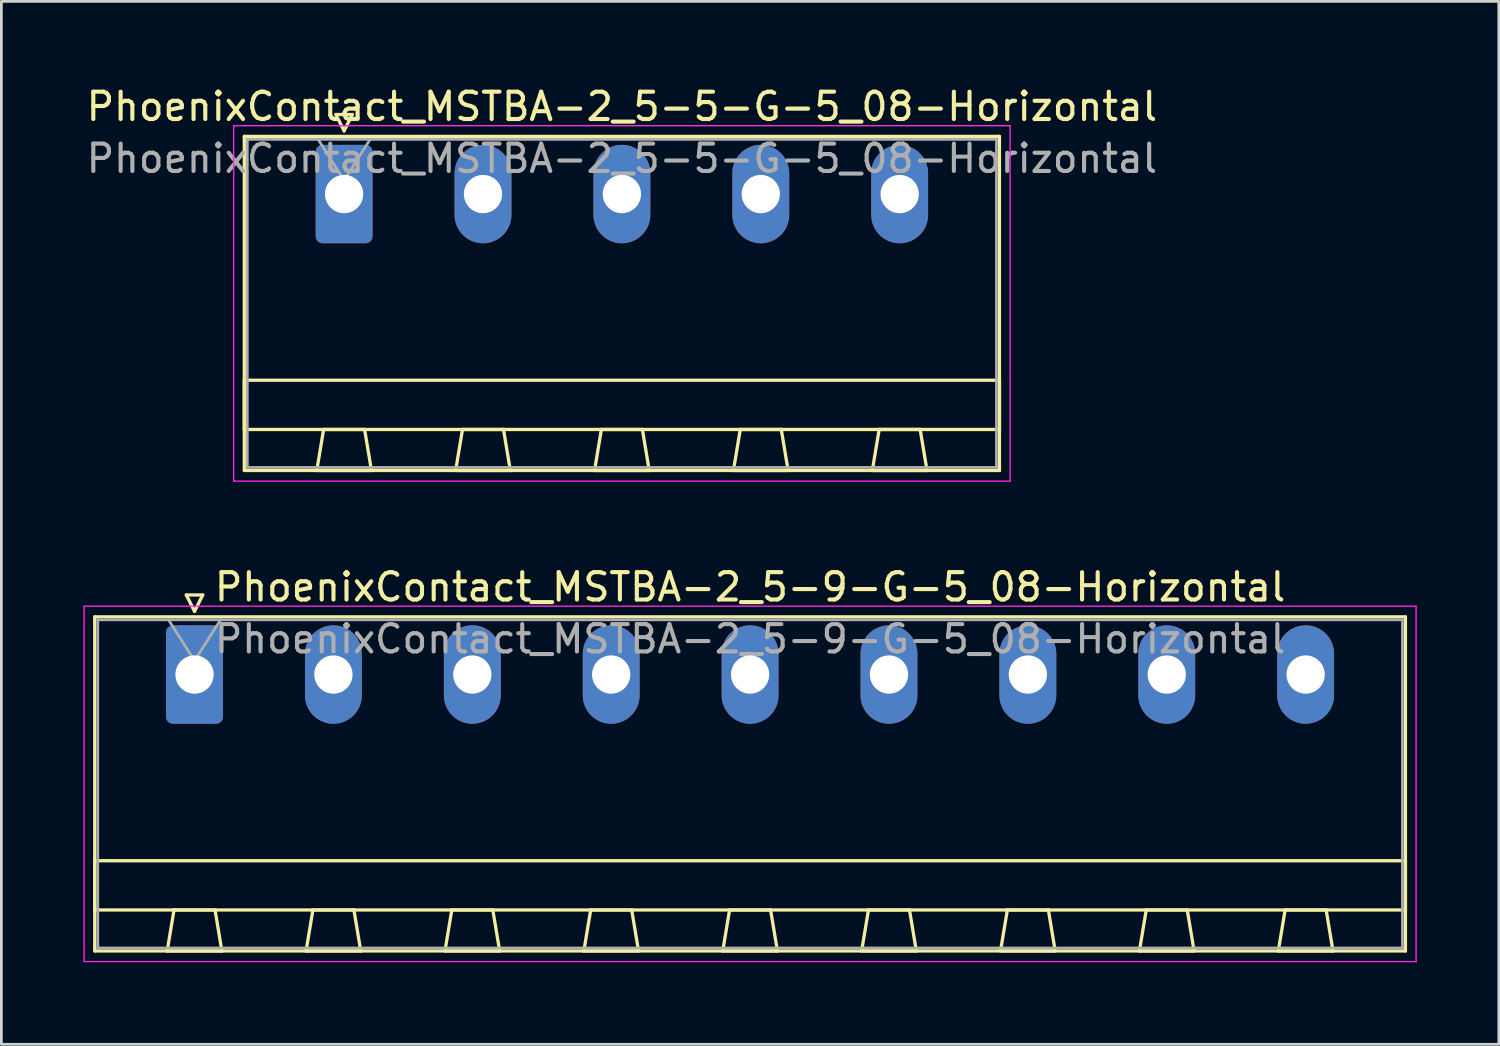
<source format=kicad_pcb>
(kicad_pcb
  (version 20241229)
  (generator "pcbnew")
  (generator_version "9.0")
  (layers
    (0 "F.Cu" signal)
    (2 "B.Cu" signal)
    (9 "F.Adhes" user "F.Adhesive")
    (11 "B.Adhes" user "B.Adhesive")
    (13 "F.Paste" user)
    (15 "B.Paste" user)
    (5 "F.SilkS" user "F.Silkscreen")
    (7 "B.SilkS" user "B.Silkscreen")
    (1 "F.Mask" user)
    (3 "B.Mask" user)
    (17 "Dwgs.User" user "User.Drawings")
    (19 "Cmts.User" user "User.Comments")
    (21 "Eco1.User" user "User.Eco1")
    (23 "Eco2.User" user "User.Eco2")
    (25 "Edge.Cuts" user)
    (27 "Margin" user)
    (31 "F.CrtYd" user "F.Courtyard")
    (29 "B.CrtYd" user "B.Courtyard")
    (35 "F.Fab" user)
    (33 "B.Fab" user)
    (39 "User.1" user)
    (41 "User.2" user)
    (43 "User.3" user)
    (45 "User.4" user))
  (footprint "PhoenixContact_MSTBA-2_5-5-G-5_08-Horizontal"
    (layer "F.Cu")
    (at 9.536 4.048)
    (property "Reference" "PhoenixContact_MSTBA-2_5-5-G-5_08-Horizontal" (at 10.16 -3.2 0) (layer "F.SilkS") (effects (font (size 1 1) (thickness 0.15))))
    (attr through_hole)
    (fp_line (start -3.65 -2.11) (end -3.65 10.11) (stroke (width 0.12) (type solid)) (layer "F.SilkS"))
    (fp_line (start -3.65 6.81) (end 23.97 6.81) (stroke (width 0.12) (type solid)) (layer "F.SilkS"))
    (fp_line (start -3.65 8.61) (end -3.65 6.81) (stroke (width 0.12) (type solid)) (layer "F.SilkS"))
    (fp_line (start -3.65 10.11) (end 23.97 10.11) (stroke (width 0.12) (type solid)) (layer "F.SilkS"))
    (fp_line (start -1 10.11) (end 1 10.11) (stroke (width 0.12) (type solid)) (layer "F.SilkS"))
    (fp_line (start -0.75 8.61) (end -1 10.11) (stroke (width 0.12) (type solid)) (layer "F.SilkS"))
    (fp_line (start -0.3 -2.91) (end 0.3 -2.91) (stroke (width 0.12) (type solid)) (layer "F.SilkS"))
    (fp_line (start 0 -2.31) (end -0.3 -2.91) (stroke (width 0.12) (type solid)) (layer "F.SilkS"))
    (fp_line (start 0.3 -2.91) (end 0 -2.31) (stroke (width 0.12) (type solid)) (layer "F.SilkS"))
    (fp_line (start 0.75 8.61) (end -0.75 8.61) (stroke (width 0.12) (type solid)) (layer "F.SilkS"))
    (fp_line (start 1 10.11) (end 0.75 8.61) (stroke (width 0.12) (type solid)) (layer "F.SilkS"))
    (fp_line (start 4.08 10.11) (end 6.08 10.11) (stroke (width 0.12) (type solid)) (layer "F.SilkS"))
    (fp_line (start 4.33 8.61) (end 4.08 10.11) (stroke (width 0.12) (type solid)) (layer "F.SilkS"))
    (fp_line (start 5.83 8.61) (end 4.33 8.61) (stroke (width 0.12) (type solid)) (layer "F.SilkS"))
    (fp_line (start 6.08 10.11) (end 5.83 8.61) (stroke (width 0.12) (type solid)) (layer "F.SilkS"))
    (fp_line (start 9.16 10.11) (end 11.16 10.11) (stroke (width 0.12) (type solid)) (layer "F.SilkS"))
    (fp_line (start 9.41 8.61) (end 9.16 10.11) (stroke (width 0.12) (type solid)) (layer "F.SilkS"))
    (fp_line (start 10.91 8.61) (end 9.41 8.61) (stroke (width 0.12) (type solid)) (layer "F.SilkS"))
    (fp_line (start 11.16 10.11) (end 10.91 8.61) (stroke (width 0.12) (type solid)) (layer "F.SilkS"))
    (fp_line (start 14.24 10.11) (end 16.24 10.11) (stroke (width 0.12) (type solid)) (layer "F.SilkS"))
    (fp_line (start 14.49 8.61) (end 14.24 10.11) (stroke (width 0.12) (type solid)) (layer "F.SilkS"))
    (fp_line (start 15.99 8.61) (end 14.49 8.61) (stroke (width 0.12) (type solid)) (layer "F.SilkS"))
    (fp_line (start 16.24 10.11) (end 15.99 8.61) (stroke (width 0.12) (type solid)) (layer "F.SilkS"))
    (fp_line (start 19.32 10.11) (end 21.32 10.11) (stroke (width 0.12) (type solid)) (layer "F.SilkS"))
    (fp_line (start 19.57 8.61) (end 19.32 10.11) (stroke (width 0.12) (type solid)) (layer "F.SilkS"))
    (fp_line (start 21.07 8.61) (end 19.57 8.61) (stroke (width 0.12) (type solid)) (layer "F.SilkS"))
    (fp_line (start 21.32 10.11) (end 21.07 8.61) (stroke (width 0.12) (type solid)) (layer "F.SilkS"))
    (fp_line (start 23.97 -2.11) (end -3.65 -2.11) (stroke (width 0.12) (type solid)) (layer "F.SilkS"))
    (fp_line (start 23.97 6.81) (end 23.97 8.61) (stroke (width 0.12) (type solid)) (layer "F.SilkS"))
    (fp_line (start 23.97 8.61) (end -3.65 8.61) (stroke (width 0.12) (type solid)) (layer "F.SilkS"))
    (fp_line (start 23.97 10.11) (end 23.97 -2.11) (stroke (width 0.12) (type solid)) (layer "F.SilkS"))
    (fp_line (start -4.04 -2.5) (end -4.04 10.5) (stroke (width 0.05) (type solid)) (layer "F.CrtYd"))
    (fp_line (start -4.04 10.5) (end 24.36 10.5) (stroke (width 0.05) (type solid)) (layer "F.CrtYd"))
    (fp_line (start 24.36 -2.5) (end -4.04 -2.5) (stroke (width 0.05) (type solid)) (layer "F.CrtYd"))
    (fp_line (start 24.36 10.5) (end 24.36 -2.5) (stroke (width 0.05) (type solid)) (layer "F.CrtYd"))
    (fp_line (start -3.54 -2) (end -3.54 10) (stroke (width 0.1) (type solid)) (layer "F.Fab"))
    (fp_line (start -3.54 10) (end 23.86 10) (stroke (width 0.1) (type solid)) (layer "F.Fab"))
    (fp_line (start 0 -0.5) (end -0.95 -2) (stroke (width 0.1) (type solid)) (layer "F.Fab"))
    (fp_line (start 0.95 -2) (end 0 -0.5) (stroke (width 0.1) (type solid)) (layer "F.Fab"))
    (fp_line (start 23.86 -2) (end -3.54 -2) (stroke (width 0.1) (type solid)) (layer "F.Fab"))
    (fp_line (start 23.86 10) (end 23.86 -2) (stroke (width 0.1) (type solid)) (layer "F.Fab"))
    (fp_text user "${REFERENCE}" (at 10.16 -1.3 0) (layer "F.Fab") (effects (font (size 1 1) (thickness 0.15))))
    (pad "1" thru_hole roundrect (at 0 0) (size 2.08 3.6) (drill 1.4) (layers "*.Cu" "*.Mask") (roundrect_rratio 0.12))
    (pad "2" thru_hole oval (at 5.08 0) (size 2.08 3.6) (drill 1.4) (layers "*.Cu" "*.Mask"))
    (pad "3" thru_hole oval (at 10.16 0) (size 2.08 3.6) (drill 1.4) (layers "*.Cu" "*.Mask"))
    (pad "4" thru_hole oval (at 15.24 0) (size 2.08 3.6) (drill 1.4) (layers "*.Cu" "*.Mask"))
    (pad "5" thru_hole oval (at 20.32 0) (size 2.08 3.6) (drill 1.4) (layers "*.Cu" "*.Mask")))
  (footprint "PhoenixContact_MSTBA-2_5-9-G-5_08-Horizontal"
    (layer "F.Cu")
    (at 4.065 21.622)
    (property "Reference" "PhoenixContact_MSTBA-2_5-9-G-5_08-Horizontal" (at 20.32 -3.2 0) (layer "F.SilkS") (effects (font (size 1 1) (thickness 0.15))))
    (attr through_hole)
    (fp_line (start -3.65 -2.11) (end -3.65 10.11) (stroke (width 0.12) (type solid)) (layer "F.SilkS"))
    (fp_line (start -3.65 6.81) (end 44.29 6.81) (stroke (width 0.12) (type solid)) (layer "F.SilkS"))
    (fp_line (start -3.65 8.61) (end -3.65 6.81) (stroke (width 0.12) (type solid)) (layer "F.SilkS"))
    (fp_line (start -3.65 10.11) (end 44.29 10.11) (stroke (width 0.12) (type solid)) (layer "F.SilkS"))
    (fp_line (start -1 10.11) (end 1 10.11) (stroke (width 0.12) (type solid)) (layer "F.SilkS"))
    (fp_line (start -0.75 8.61) (end -1 10.11) (stroke (width 0.12) (type solid)) (layer "F.SilkS"))
    (fp_line (start -0.3 -2.91) (end 0.3 -2.91) (stroke (width 0.12) (type solid)) (layer "F.SilkS"))
    (fp_line (start 0 -2.31) (end -0.3 -2.91) (stroke (width 0.12) (type solid)) (layer "F.SilkS"))
    (fp_line (start 0.3 -2.91) (end 0 -2.31) (stroke (width 0.12) (type solid)) (layer "F.SilkS"))
    (fp_line (start 0.75 8.61) (end -0.75 8.61) (stroke (width 0.12) (type solid)) (layer "F.SilkS"))
    (fp_line (start 1 10.11) (end 0.75 8.61) (stroke (width 0.12) (type solid)) (layer "F.SilkS"))
    (fp_line (start 4.08 10.11) (end 6.08 10.11) (stroke (width 0.12) (type solid)) (layer "F.SilkS"))
    (fp_line (start 4.33 8.61) (end 4.08 10.11) (stroke (width 0.12) (type solid)) (layer "F.SilkS"))
    (fp_line (start 5.83 8.61) (end 4.33 8.61) (stroke (width 0.12) (type solid)) (layer "F.SilkS"))
    (fp_line (start 6.08 10.11) (end 5.83 8.61) (stroke (width 0.12) (type solid)) (layer "F.SilkS"))
    (fp_line (start 9.16 10.11) (end 11.16 10.11) (stroke (width 0.12) (type solid)) (layer "F.SilkS"))
    (fp_line (start 9.41 8.61) (end 9.16 10.11) (stroke (width 0.12) (type solid)) (layer "F.SilkS"))
    (fp_line (start 10.91 8.61) (end 9.41 8.61) (stroke (width 0.12) (type solid)) (layer "F.SilkS"))
    (fp_line (start 11.16 10.11) (end 10.91 8.61) (stroke (width 0.12) (type solid)) (layer "F.SilkS"))
    (fp_line (start 14.24 10.11) (end 16.24 10.11) (stroke (width 0.12) (type solid)) (layer "F.SilkS"))
    (fp_line (start 14.49 8.61) (end 14.24 10.11) (stroke (width 0.12) (type solid)) (layer "F.SilkS"))
    (fp_line (start 15.99 8.61) (end 14.49 8.61) (stroke (width 0.12) (type solid)) (layer "F.SilkS"))
    (fp_line (start 16.24 10.11) (end 15.99 8.61) (stroke (width 0.12) (type solid)) (layer "F.SilkS"))
    (fp_line (start 19.32 10.11) (end 21.32 10.11) (stroke (width 0.12) (type solid)) (layer "F.SilkS"))
    (fp_line (start 19.57 8.61) (end 19.32 10.11) (stroke (width 0.12) (type solid)) (layer "F.SilkS"))
    (fp_line (start 21.07 8.61) (end 19.57 8.61) (stroke (width 0.12) (type solid)) (layer "F.SilkS"))
    (fp_line (start 21.32 10.11) (end 21.07 8.61) (stroke (width 0.12) (type solid)) (layer "F.SilkS"))
    (fp_line (start 24.4 10.11) (end 26.4 10.11) (stroke (width 0.12) (type solid)) (layer "F.SilkS"))
    (fp_line (start 24.65 8.61) (end 24.4 10.11) (stroke (width 0.12) (type solid)) (layer "F.SilkS"))
    (fp_line (start 26.15 8.61) (end 24.65 8.61) (stroke (width 0.12) (type solid)) (layer "F.SilkS"))
    (fp_line (start 26.4 10.11) (end 26.15 8.61) (stroke (width 0.12) (type solid)) (layer "F.SilkS"))
    (fp_line (start 29.48 10.11) (end 31.48 10.11) (stroke (width 0.12) (type solid)) (layer "F.SilkS"))
    (fp_line (start 29.73 8.61) (end 29.48 10.11) (stroke (width 0.12) (type solid)) (layer "F.SilkS"))
    (fp_line (start 31.23 8.61) (end 29.73 8.61) (stroke (width 0.12) (type solid)) (layer "F.SilkS"))
    (fp_line (start 31.48 10.11) (end 31.23 8.61) (stroke (width 0.12) (type solid)) (layer "F.SilkS"))
    (fp_line (start 34.56 10.11) (end 36.56 10.11) (stroke (width 0.12) (type solid)) (layer "F.SilkS"))
    (fp_line (start 34.81 8.61) (end 34.56 10.11) (stroke (width 0.12) (type solid)) (layer "F.SilkS"))
    (fp_line (start 36.31 8.61) (end 34.81 8.61) (stroke (width 0.12) (type solid)) (layer "F.SilkS"))
    (fp_line (start 36.56 10.11) (end 36.31 8.61) (stroke (width 0.12) (type solid)) (layer "F.SilkS"))
    (fp_line (start 39.64 10.11) (end 41.64 10.11) (stroke (width 0.12) (type solid)) (layer "F.SilkS"))
    (fp_line (start 39.89 8.61) (end 39.64 10.11) (stroke (width 0.12) (type solid)) (layer "F.SilkS"))
    (fp_line (start 41.39 8.61) (end 39.89 8.61) (stroke (width 0.12) (type solid)) (layer "F.SilkS"))
    (fp_line (start 41.64 10.11) (end 41.39 8.61) (stroke (width 0.12) (type solid)) (layer "F.SilkS"))
    (fp_line (start 44.29 -2.11) (end -3.65 -2.11) (stroke (width 0.12) (type solid)) (layer "F.SilkS"))
    (fp_line (start 44.29 6.81) (end 44.29 8.61) (stroke (width 0.12) (type solid)) (layer "F.SilkS"))
    (fp_line (start 44.29 8.61) (end -3.65 8.61) (stroke (width 0.12) (type solid)) (layer "F.SilkS"))
    (fp_line (start 44.29 10.11) (end 44.29 -2.11) (stroke (width 0.12) (type solid)) (layer "F.SilkS"))
    (fp_line (start -4.04 -2.5) (end -4.04 10.5) (stroke (width 0.05) (type solid)) (layer "F.CrtYd"))
    (fp_line (start -4.04 10.5) (end 44.68 10.5) (stroke (width 0.05) (type solid)) (layer "F.CrtYd"))
    (fp_line (start 44.68 -2.5) (end -4.04 -2.5) (stroke (width 0.05) (type solid)) (layer "F.CrtYd"))
    (fp_line (start 44.68 10.5) (end 44.68 -2.5) (stroke (width 0.05) (type solid)) (layer "F.CrtYd"))
    (fp_line (start -3.54 -2) (end -3.54 10) (stroke (width 0.1) (type solid)) (layer "F.Fab"))
    (fp_line (start -3.54 10) (end 44.18 10) (stroke (width 0.1) (type solid)) (layer "F.Fab"))
    (fp_line (start 0 -0.5) (end -0.95 -2) (stroke (width 0.1) (type solid)) (layer "F.Fab"))
    (fp_line (start 0.95 -2) (end 0 -0.5) (stroke (width 0.1) (type solid)) (layer "F.Fab"))
    (fp_line (start 44.18 -2) (end -3.54 -2) (stroke (width 0.1) (type solid)) (layer "F.Fab"))
    (fp_line (start 44.18 10) (end 44.18 -2) (stroke (width 0.1) (type solid)) (layer "F.Fab"))
    (fp_text user "${REFERENCE}" (at 20.32 -1.3 0) (layer "F.Fab") (effects (font (size 1 1) (thickness 0.15))))
    (pad "1" thru_hole roundrect (at 0 0) (size 2.08 3.6) (drill 1.4) (layers "*.Cu" "*.Mask") (roundrect_rratio 0.12))
    (pad "2" thru_hole oval (at 5.08 0) (size 2.08 3.6) (drill 1.4) (layers "*.Cu" "*.Mask"))
    (pad "3" thru_hole oval (at 10.16 0) (size 2.08 3.6) (drill 1.4) (layers "*.Cu" "*.Mask"))
    (pad "4" thru_hole oval (at 15.24 0) (size 2.08 3.6) (drill 1.4) (layers "*.Cu" "*.Mask"))
    (pad "5" thru_hole oval (at 20.32 0) (size 2.08 3.6) (drill 1.4) (layers "*.Cu" "*.Mask"))
    (pad "6" thru_hole oval (at 25.4 0) (size 2.08 3.6) (drill 1.4) (layers "*.Cu" "*.Mask"))
    (pad "7" thru_hole oval (at 30.48 0) (size 2.08 3.6) (drill 1.4) (layers "*.Cu" "*.Mask"))
    (pad "8" thru_hole oval (at 35.56 0) (size 2.08 3.6) (drill 1.4) (layers "*.Cu" "*.Mask"))
    (pad "9" thru_hole oval (at 40.64 0) (size 2.08 3.6) (drill 1.4) (layers "*.Cu" "*.Mask")))
  (gr_rect
    (start -3 -3)
    (end 51.77 35.147)
    (stroke (width 0.1) (type default))
    (fill no)
    (layer "Edge.Cuts")))
</source>
